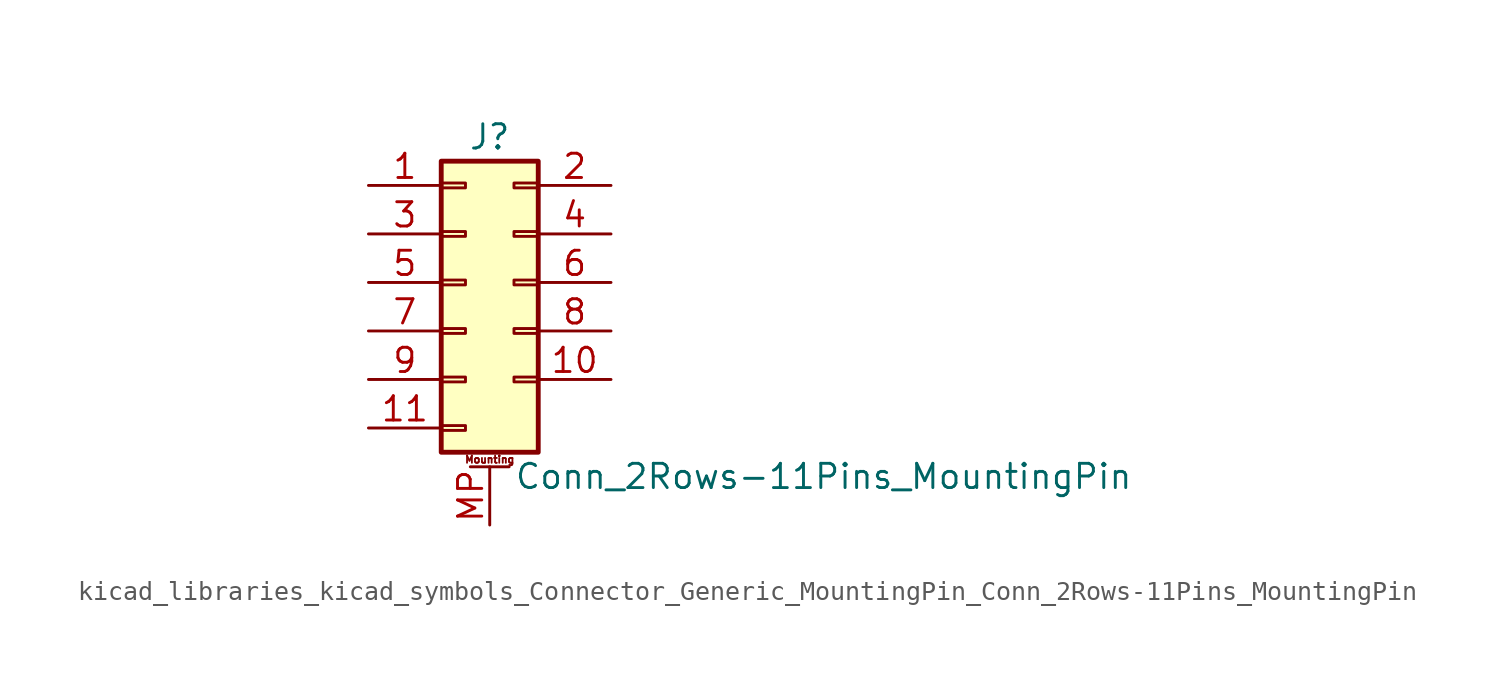
<source format=kicad_sym>
(kicad_symbol_lib
  (version 20220914)
  (generator kicad_symbol_editor)
  (symbol "kicad_libraries_kicad_symbols_Connector_Generic_MountingPin_Conn_2Rows-11Pins_MountingPin"
    (pin_names
      (offset 1.016) hide)
    (property "Reference" "J"
      (at 1.27 7.62 0)
      (effects (font (size 1.27 1.27))))
    (property "Value" "Conn_2Rows-11Pins_MountingPin"
      (at 2.54 -10.16 0)
      (effects (font (size 1.27 1.27)) (justify left)))
    (symbol "kicad_libraries_kicad_symbols_Connector_Generic_MountingPin_Conn_2Rows-11Pins_MountingPin_1_1"
      (rectangle (start -1.27 -7.493) (end 0 -7.747) (stroke (width 0.152) (type default)) (fill (type none)))
      (rectangle (start -1.27 -4.953) (end 0 -5.207) (stroke (width 0.152) (type default)) (fill (type none)))
      (rectangle (start -1.27 -2.413) (end 0 -2.667) (stroke (width 0.152) (type default)) (fill (type none)))
      (rectangle (start -1.27 0.127) (end 0 -0.127) (stroke (width 0.152) (type default)) (fill (type none)))
      (rectangle (start -1.27 2.667) (end 0 2.413) (stroke (width 0.152) (type default)) (fill (type none)))
      (rectangle (start -1.27 5.207) (end 0 4.953) (stroke (width 0.152) (type default)) (fill (type none)))
      (rectangle (start -1.27 6.35) (end 3.81 -8.89) (stroke (width 0.254) (type default)) (fill (type background)))
      (polyline (pts (xy 0.254 -9.652) (xy 2.286 -9.652)) (stroke (width 0.152) (type default)) (fill (type none)))
      (rectangle (start 3.81 -4.953) (end 2.54 -5.207) (stroke (width 0.152) (type default)) (fill (type none)))
      (rectangle (start 3.81 -2.413) (end 2.54 -2.667) (stroke (width 0.152) (type default)) (fill (type none)))
      (rectangle (start 3.81 0.127) (end 2.54 -0.127) (stroke (width 0.152) (type default)) (fill (type none)))
      (rectangle (start 3.81 2.667) (end 2.54 2.413) (stroke (width 0.152) (type default)) (fill (type none)))
      (rectangle (start 3.81 5.207) (end 2.54 4.953) (stroke (width 0.152) (type default)) (fill (type none)))
      (text "Mounting" (at 1.27 -9.271 0) (effects (font (size 0.381 0.381))))
      (pin passive line (at -5.08 5.08 0) (length 3.81) (name "Pin_1" (effects (font (size 1.27 1.27)))) (number "1" (effects (font (size 1.27 1.27)))))
      (pin passive line (at 7.62 -5.08 180) (length 3.81) (name "Pin_10" (effects (font (size 1.27 1.27)))) (number "10" (effects (font (size 1.27 1.27)))))
      (pin passive line (at -5.08 -7.62 0) (length 3.81) (name "Pin_11" (effects (font (size 1.27 1.27)))) (number "11" (effects (font (size 1.27 1.27)))))
      (pin passive line (at 7.62 5.08 180) (length 3.81) (name "Pin_2" (effects (font (size 1.27 1.27)))) (number "2" (effects (font (size 1.27 1.27)))))
      (pin passive line (at -5.08 2.54 0) (length 3.81) (name "Pin_3" (effects (font (size 1.27 1.27)))) (number "3" (effects (font (size 1.27 1.27)))))
      (pin passive line (at 7.62 2.54 180) (length 3.81) (name "Pin_4" (effects (font (size 1.27 1.27)))) (number "4" (effects (font (size 1.27 1.27)))))
      (pin passive line (at -5.08 0 0) (length 3.81) (name "Pin_5" (effects (font (size 1.27 1.27)))) (number "5" (effects (font (size 1.27 1.27)))))
      (pin passive line (at 7.62 0 180) (length 3.81) (name "Pin_6" (effects (font (size 1.27 1.27)))) (number "6" (effects (font (size 1.27 1.27)))))
      (pin passive line (at -5.08 -2.54 0) (length 3.81) (name "Pin_7" (effects (font (size 1.27 1.27)))) (number "7" (effects (font (size 1.27 1.27)))))
      (pin passive line (at 7.62 -2.54 180) (length 3.81) (name "Pin_8" (effects (font (size 1.27 1.27)))) (number "8" (effects (font (size 1.27 1.27)))))
      (pin passive line (at -5.08 -5.08 0) (length 3.81) (name "Pin_9" (effects (font (size 1.27 1.27)))) (number "9" (effects (font (size 1.27 1.27)))))
      (pin passive line (at 1.27 -12.7 90) (length 3.048) (name "MountPin" (effects (font (size 1.27 1.27)))) (number "MP" (effects (font (size 1.27 1.27))))))))
</source>
